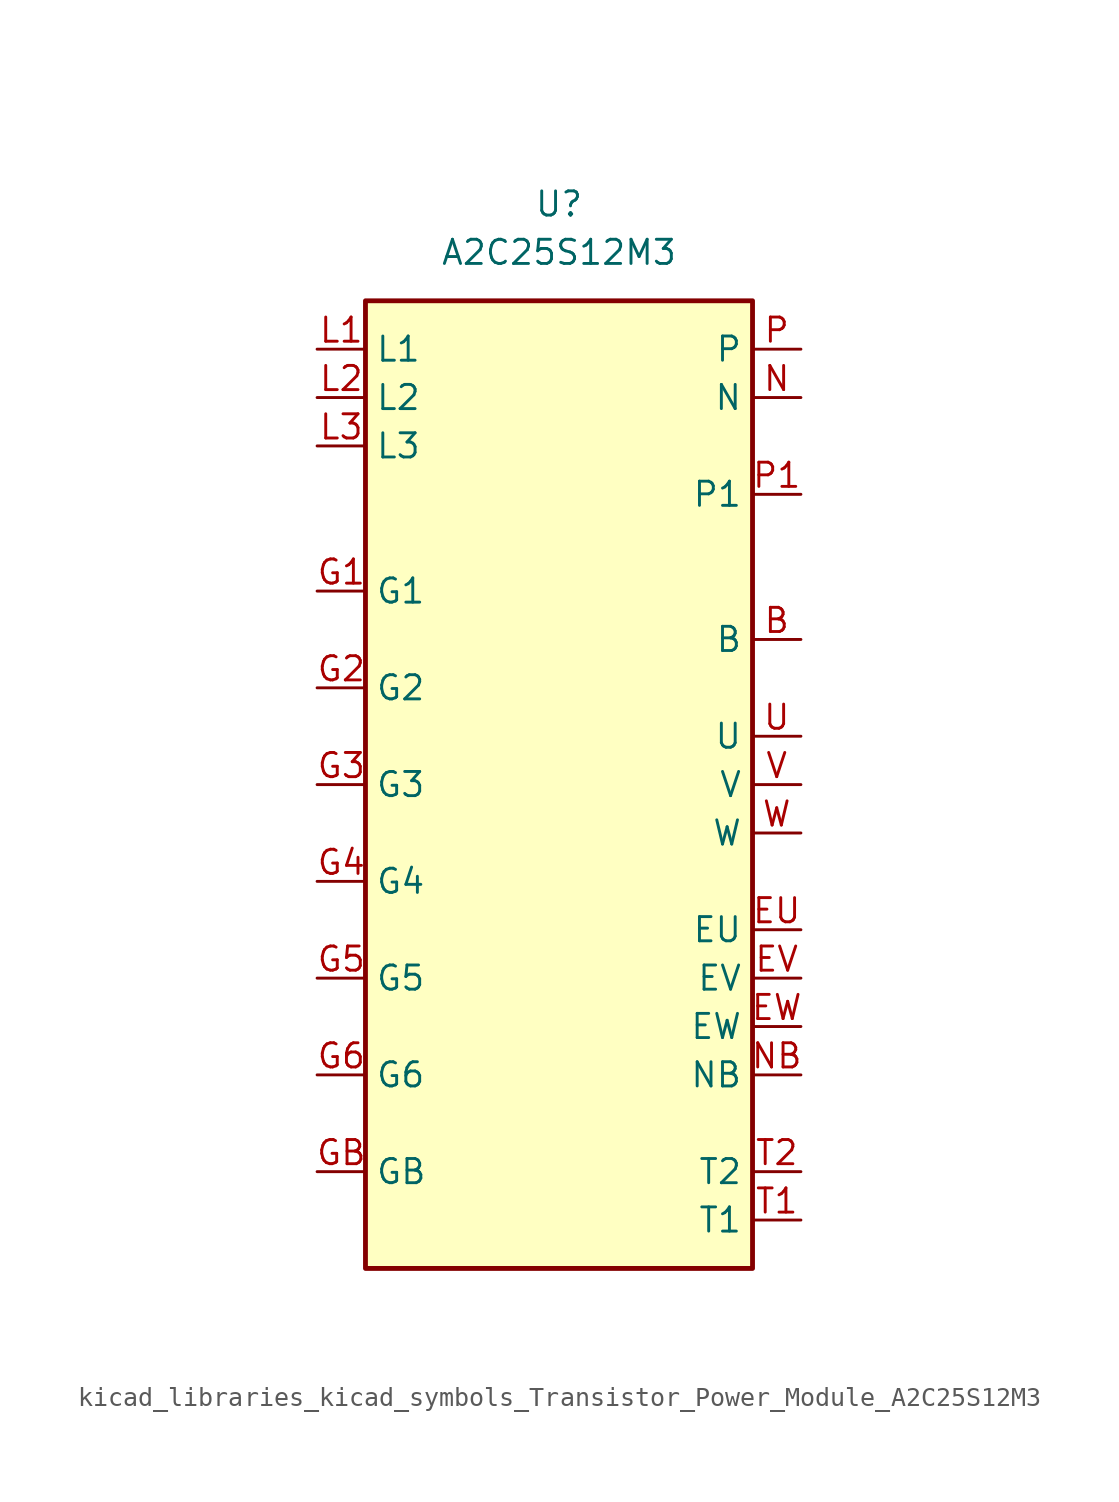
<source format=kicad_sym>
(kicad_symbol_lib
  (version 20220914)
  (generator kicad_symbol_editor)
  (symbol "kicad_libraries_kicad_symbols_Transistor_Power_Module_A2C25S12M3"
    (property "Reference" "U"
      (at 0 30.48 0)
      (effects (font (size 1.27 1.27))))
    (property "Value" "A2C25S12M3"
      (at 0 27.94 0)
      (effects (font (size 1.27 1.27))))
    (symbol "kicad_libraries_kicad_symbols_Transistor_Power_Module_A2C25S12M3_1_1"
      (rectangle (start -10.16 25.4) (end 10.16 -25.4) (stroke (width 0.254) (type default)) (fill (type background)))
      (pin passive line (at 12.7 7.62 180) (length 2.54) (name "B" (effects (font (size 1.27 1.27)))) (number "B" (effects (font (size 1.27 1.27)))))
      (pin passive line (at 12.7 -7.62 180) (length 2.54) (name "EU" (effects (font (size 1.27 1.27)))) (number "EU" (effects (font (size 1.27 1.27)))))
      (pin passive line (at 12.7 -10.16 180) (length 2.54) (name "EV" (effects (font (size 1.27 1.27)))) (number "EV" (effects (font (size 1.27 1.27)))))
      (pin passive line (at 12.7 -12.7 180) (length 2.54) (name "EW" (effects (font (size 1.27 1.27)))) (number "EW" (effects (font (size 1.27 1.27)))))
      (pin passive line (at -12.7 10.16 0) (length 2.54) (name "G1" (effects (font (size 1.27 1.27)))) (number "G1" (effects (font (size 1.27 1.27)))))
      (pin passive line (at -12.7 5.08 0) (length 2.54) (name "G2" (effects (font (size 1.27 1.27)))) (number "G2" (effects (font (size 1.27 1.27)))))
      (pin passive line (at -12.7 0 0) (length 2.54) (name "G3" (effects (font (size 1.27 1.27)))) (number "G3" (effects (font (size 1.27 1.27)))))
      (pin passive line (at -12.7 -5.08 0) (length 2.54) (name "G4" (effects (font (size 1.27 1.27)))) (number "G4" (effects (font (size 1.27 1.27)))))
      (pin passive line (at -12.7 -10.16 0) (length 2.54) (name "G5" (effects (font (size 1.27 1.27)))) (number "G5" (effects (font (size 1.27 1.27)))))
      (pin passive line (at -12.7 -15.24 0) (length 2.54) (name "G6" (effects (font (size 1.27 1.27)))) (number "G6" (effects (font (size 1.27 1.27)))))
      (pin passive line (at -12.7 -20.32 0) (length 2.54) (name "GB" (effects (font (size 1.27 1.27)))) (number "GB" (effects (font (size 1.27 1.27)))))
      (pin passive line (at -12.7 22.86 0) (length 2.54) (name "L1" (effects (font (size 1.27 1.27)))) (number "L1" (effects (font (size 1.27 1.27)))))
      (pin passive line (at -12.7 20.32 0) (length 2.54) (name "L2" (effects (font (size 1.27 1.27)))) (number "L2" (effects (font (size 1.27 1.27)))))
      (pin passive line (at -12.7 17.78 0) (length 2.54) (name "L3" (effects (font (size 1.27 1.27)))) (number "L3" (effects (font (size 1.27 1.27)))))
      (pin passive line (at 12.7 20.32 180) (length 2.54) (name "N" (effects (font (size 1.27 1.27)))) (number "N" (effects (font (size 1.27 1.27)))))
      (pin passive line (at 12.7 -15.24 180) (length 2.54) (name "NB" (effects (font (size 1.27 1.27)))) (number "NB" (effects (font (size 1.27 1.27)))))
      (pin passive line (at 12.7 22.86 180) (length 2.54) (name "P" (effects (font (size 1.27 1.27)))) (number "P" (effects (font (size 1.27 1.27)))))
      (pin passive line (at 12.7 15.24 180) (length 2.54) (name "P1" (effects (font (size 1.27 1.27)))) (number "P1" (effects (font (size 1.27 1.27)))))
      (pin passive line (at 12.7 -22.86 180) (length 2.54) (name "T1" (effects (font (size 1.27 1.27)))) (number "T1" (effects (font (size 1.27 1.27)))))
      (pin passive line (at 12.7 -20.32 180) (length 2.54) (name "T2" (effects (font (size 1.27 1.27)))) (number "T2" (effects (font (size 1.27 1.27)))))
      (pin passive line (at 12.7 2.54 180) (length 2.54) (name "U" (effects (font (size 1.27 1.27)))) (number "U" (effects (font (size 1.27 1.27)))))
      (pin passive line (at 12.7 0 180) (length 2.54) (name "V" (effects (font (size 1.27 1.27)))) (number "V" (effects (font (size 1.27 1.27)))))
      (pin passive line (at 12.7 -2.54 180) (length 2.54) (name "W" (effects (font (size 1.27 1.27)))) (number "W" (effects (font (size 1.27 1.27))))))))
</source>
